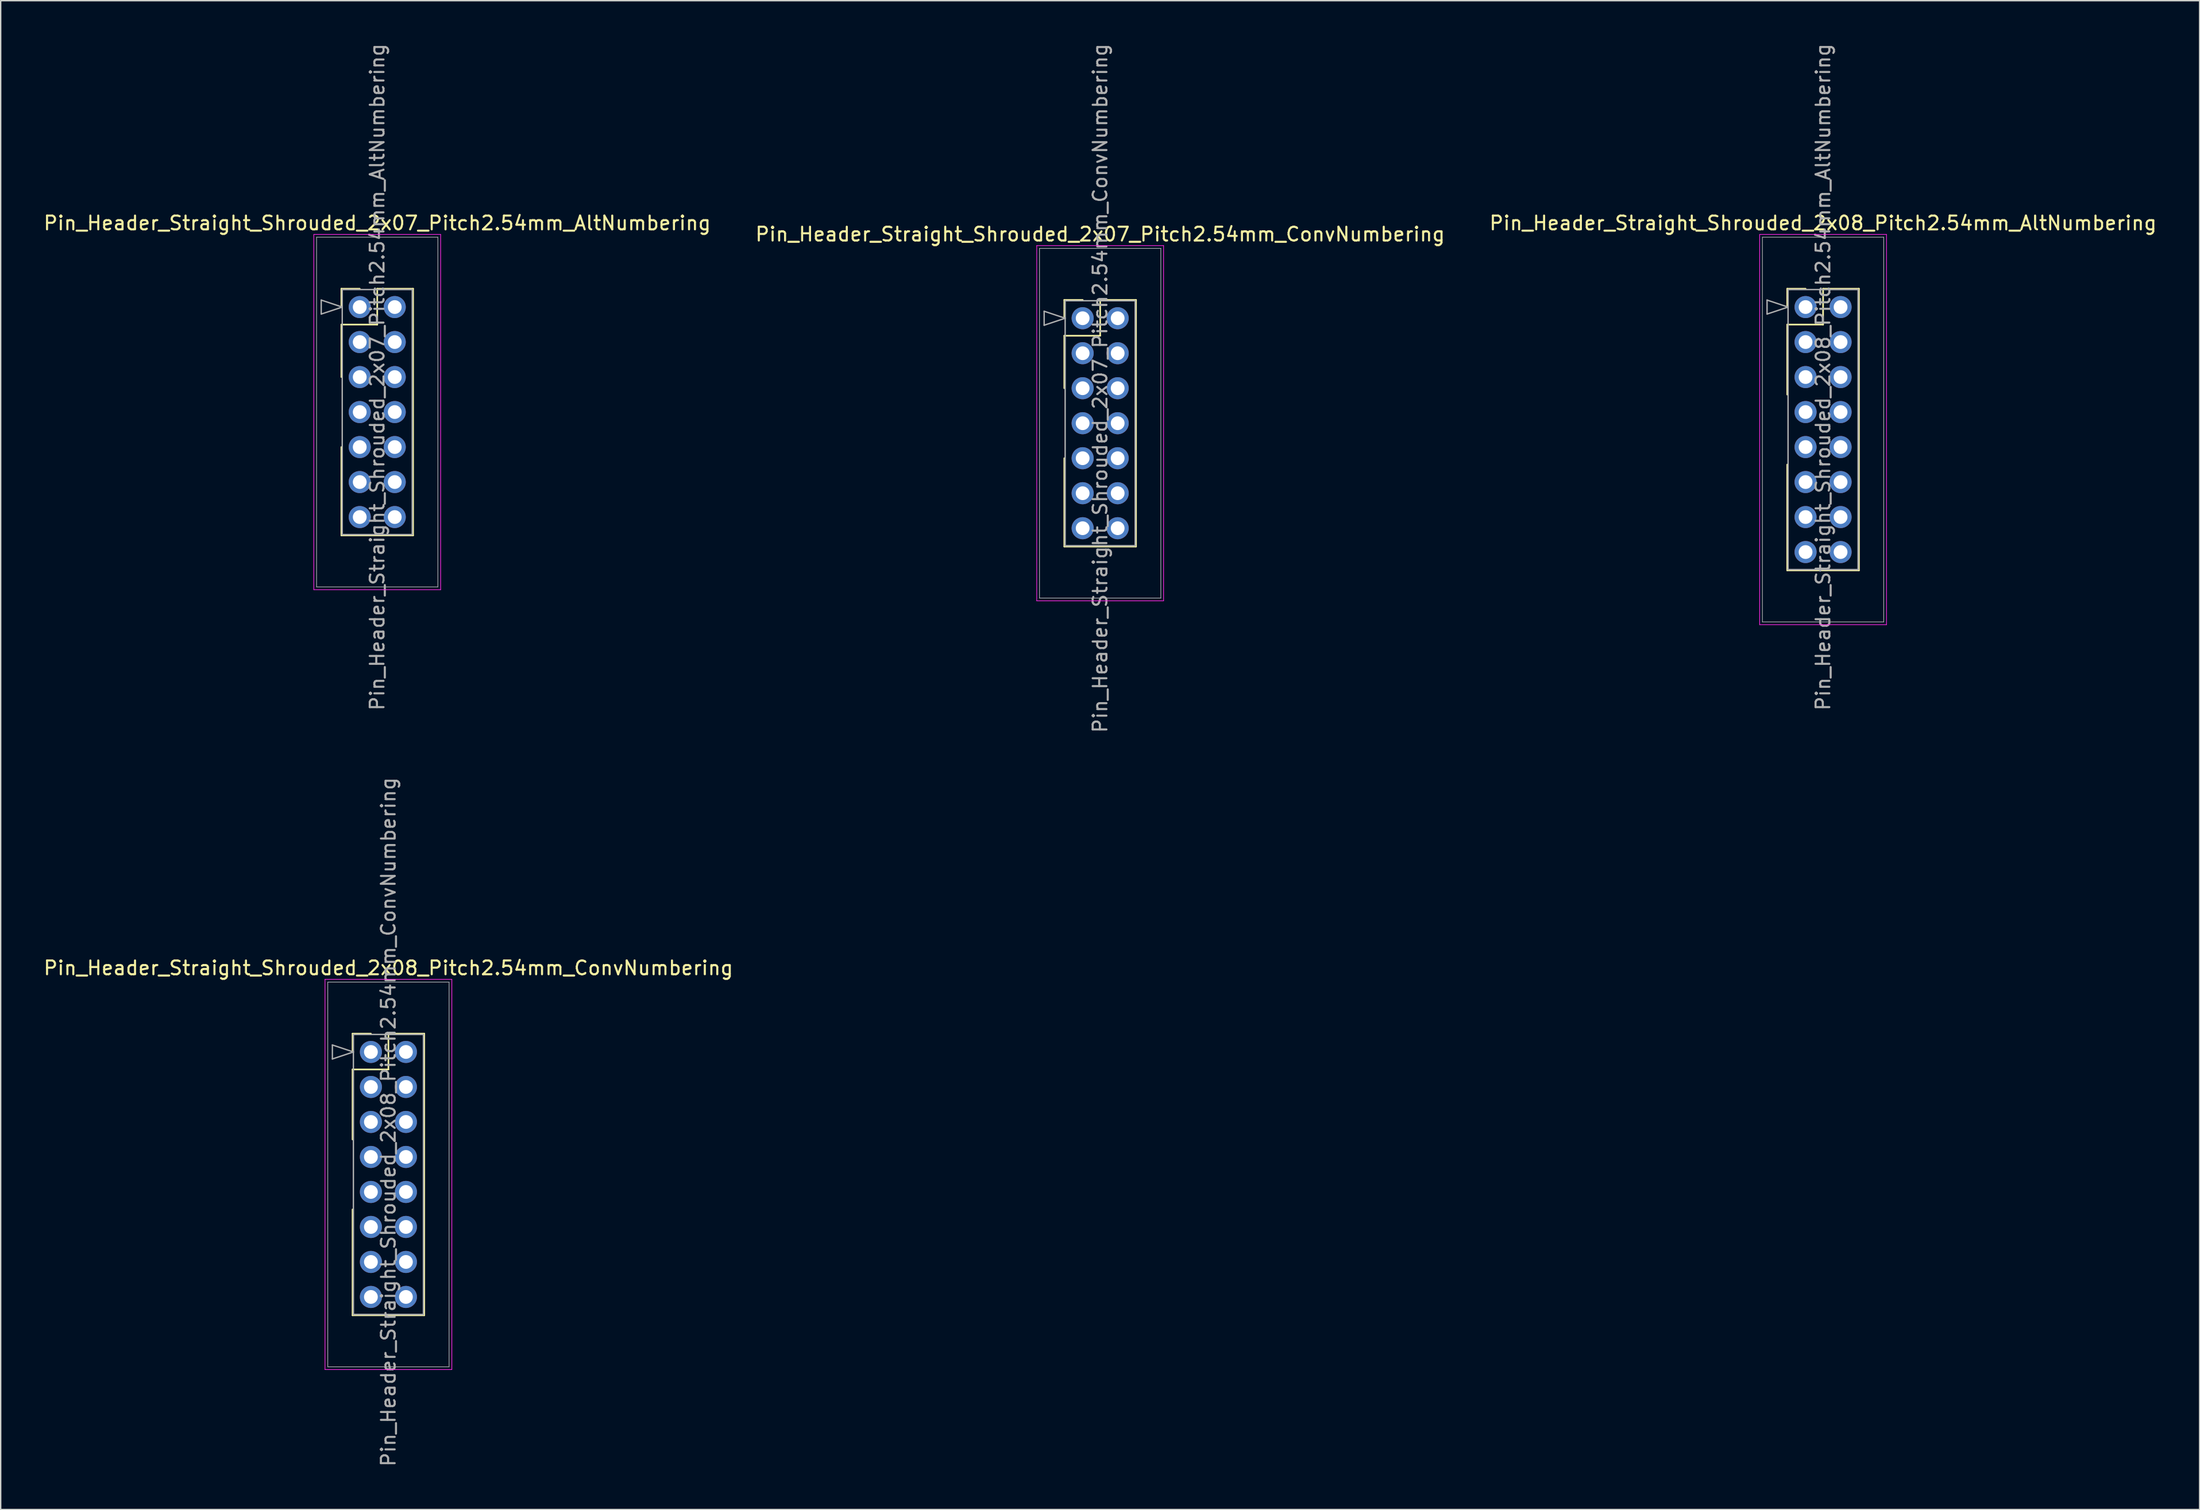
<source format=kicad_pcb>
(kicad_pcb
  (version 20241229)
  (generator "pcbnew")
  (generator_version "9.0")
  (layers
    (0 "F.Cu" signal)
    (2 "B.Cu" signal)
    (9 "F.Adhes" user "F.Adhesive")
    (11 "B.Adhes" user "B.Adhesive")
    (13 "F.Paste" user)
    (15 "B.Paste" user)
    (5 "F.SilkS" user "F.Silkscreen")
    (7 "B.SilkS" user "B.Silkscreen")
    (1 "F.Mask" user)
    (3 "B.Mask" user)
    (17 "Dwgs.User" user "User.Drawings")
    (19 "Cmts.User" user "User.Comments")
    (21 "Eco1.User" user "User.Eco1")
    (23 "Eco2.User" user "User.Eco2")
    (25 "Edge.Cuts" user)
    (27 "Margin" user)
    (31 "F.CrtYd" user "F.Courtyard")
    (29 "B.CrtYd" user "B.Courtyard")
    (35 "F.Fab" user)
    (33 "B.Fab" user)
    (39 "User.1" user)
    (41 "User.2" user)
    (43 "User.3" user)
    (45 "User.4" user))
  (footprint "Pin_Header_Straight_Shrouded_2x07_Pitch2.54mm_ConvNumbering"
    (layer "F.Cu")
    (at 75.486 20.045)
    (property "Reference" "Pin_Header_Straight_Shrouded_2x07_Pitch2.54mm_ConvNumbering" (at 1.27 -6.096 0) (layer "F.SilkS") (effects (font (size 1 1) (thickness 0.15))))
    (attr through_hole)
    (fp_line (start -1.33 -1.33) (end 0 -1.33) (stroke (width 0.12) (type solid)) (layer "F.SilkS"))
    (fp_line (start -1.33 0) (end -1.33 -1.33) (stroke (width 0.12) (type solid)) (layer "F.SilkS"))
    (fp_line (start -1.33 1.27) (end -1.33 5.08) (stroke (width 0.12) (type solid)) (layer "F.SilkS"))
    (fp_line (start -1.33 1.27) (end 1.27 1.27) (stroke (width 0.12) (type solid)) (layer "F.SilkS"))
    (fp_line (start -1.33 10.16) (end -1.33 16.57) (stroke (width 0.12) (type solid)) (layer "F.SilkS"))
    (fp_line (start -1.33 16.57) (end 3.87 16.57) (stroke (width 0.12) (type solid)) (layer "F.SilkS"))
    (fp_line (start 1.27 -1.33) (end 3.87 -1.33) (stroke (width 0.12) (type solid)) (layer "F.SilkS"))
    (fp_line (start 1.27 1.27) (end 1.27 -1.33) (stroke (width 0.12) (type solid)) (layer "F.SilkS"))
    (fp_line (start 3.87 -1.33) (end 3.87 16.57) (stroke (width 0.12) (type solid)) (layer "F.SilkS"))
    (fp_line (start -3.33 -5.27) (end -3.33 20.51) (stroke (width 0.05) (type solid)) (layer "F.CrtYd"))
    (fp_line (start -3.33 20.51) (end 5.87 20.51) (stroke (width 0.05) (type solid)) (layer "F.CrtYd"))
    (fp_line (start 5.87 -5.27) (end -3.33 -5.27) (stroke (width 0.05) (type solid)) (layer "F.CrtYd"))
    (fp_line (start 5.87 20.51) (end 5.87 -5.27) (stroke (width 0.05) (type solid)) (layer "F.CrtYd"))
    (fp_line (start -3.13 -5.07) (end -3.13 20.31) (stroke (width 0.05) (type solid)) (layer "F.Fab"))
    (fp_line (start -3.13 20.31) (end 5.67 20.31) (stroke (width 0.05) (type solid)) (layer "F.Fab"))
    (fp_line (start -2.794 -0.508) (end -1.27 0) (stroke (width 0.1) (type solid)) (layer "F.Fab"))
    (fp_line (start -2.794 0.508) (end -2.794 -0.508) (stroke (width 0.1) (type solid)) (layer "F.Fab"))
    (fp_line (start -1.27 -1.27) (end -1.27 16.51) (stroke (width 0.1) (type solid)) (layer "F.Fab"))
    (fp_line (start -1.27 0) (end -2.794 0.508) (stroke (width 0.1) (type solid)) (layer "F.Fab"))
    (fp_line (start -1.27 16.51) (end 3.81 16.51) (stroke (width 0.1) (type solid)) (layer "F.Fab"))
    (fp_line (start 3.81 -1.27) (end -1.27 -1.27) (stroke (width 0.1) (type solid)) (layer "F.Fab"))
    (fp_line (start 3.81 16.51) (end 3.81 -1.27) (stroke (width 0.1) (type solid)) (layer "F.Fab"))
    (fp_line (start 5.67 -5.07) (end -3.13 -5.07) (stroke (width 0.05) (type solid)) (layer "F.Fab"))
    (fp_line (start 5.67 20.31) (end 5.67 -5.07) (stroke (width 0.05) (type solid)) (layer "F.Fab"))
    (fp_text user "${REFERENCE}" (at 1.27 5.08 90) (layer "F.Fab") (effects (font (size 1 1) (thickness 0.15))))
    (pad "1" thru_hole oval (at 0 0) (size 1.6 1.6) (drill 1) (layers "*.Cu" "*.Mask"))
    (pad "2" thru_hole oval (at 2.54 0) (size 1.6 1.6) (drill 1) (layers "*.Cu" "*.Mask"))
    (pad "3" thru_hole oval (at 0 2.54) (size 1.6 1.6) (drill 1) (layers "*.Cu" "*.Mask"))
    (pad "4" thru_hole oval (at 2.54 2.54) (size 1.6 1.6) (drill 1) (layers "*.Cu" "*.Mask"))
    (pad "5" thru_hole oval (at 0 5.08) (size 1.6 1.6) (drill 1) (layers "*.Cu" "*.Mask"))
    (pad "6" thru_hole oval (at 2.54 5.08) (size 1.6 1.6) (drill 1) (layers "*.Cu" "*.Mask"))
    (pad "7" thru_hole oval (at 0 7.62) (size 1.6 1.6) (drill 1) (layers "*.Cu" "*.Mask"))
    (pad "8" thru_hole oval (at 2.54 7.62) (size 1.6 1.6) (drill 1) (layers "*.Cu" "*.Mask"))
    (pad "9" thru_hole oval (at 0 10.16) (size 1.6 1.6) (drill 1) (layers "*.Cu" "*.Mask"))
    (pad "10" thru_hole oval (at 2.54 10.16) (size 1.6 1.6) (drill 1) (layers "*.Cu" "*.Mask"))
    (pad "11" thru_hole oval (at 0 12.7) (size 1.6 1.6) (drill 1) (layers "*.Cu" "*.Mask"))
    (pad "12" thru_hole oval (at 2.54 12.7) (size 1.6 1.6) (drill 1) (layers "*.Cu" "*.Mask"))
    (pad "13" thru_hole oval (at 0 15.24) (size 1.6 1.6) (drill 1) (layers "*.Cu" "*.Mask"))
    (pad "14" thru_hole oval (at 2.54 15.24) (size 1.6 1.6) (drill 1) (layers "*.Cu" "*.Mask")))
  (footprint "Pin_Header_Straight_Shrouded_2x08_Pitch2.54mm_ConvNumbering"
    (layer "F.Cu")
    (at 23.855 73.295)
    (property "Reference" "Pin_Header_Straight_Shrouded_2x08_Pitch2.54mm_ConvNumbering" (at 1.27 -6.096 0) (layer "F.SilkS") (effects (font (size 1 1) (thickness 0.15))))
    (attr through_hole)
    (fp_line (start -1.33 -1.33) (end 0 -1.33) (stroke (width 0.12) (type solid)) (layer "F.SilkS"))
    (fp_line (start -1.33 0) (end -1.33 -1.33) (stroke (width 0.12) (type solid)) (layer "F.SilkS"))
    (fp_line (start -1.33 1.27) (end -1.33 6.35) (stroke (width 0.12) (type solid)) (layer "F.SilkS"))
    (fp_line (start -1.33 1.27) (end 1.27 1.27) (stroke (width 0.12) (type solid)) (layer "F.SilkS"))
    (fp_line (start -1.33 11.43) (end -1.33 19.11) (stroke (width 0.12) (type solid)) (layer "F.SilkS"))
    (fp_line (start -1.33 19.11) (end 3.87 19.11) (stroke (width 0.12) (type solid)) (layer "F.SilkS"))
    (fp_line (start 1.27 -1.33) (end 3.87 -1.33) (stroke (width 0.12) (type solid)) (layer "F.SilkS"))
    (fp_line (start 1.27 1.27) (end 1.27 -1.33) (stroke (width 0.12) (type solid)) (layer "F.SilkS"))
    (fp_line (start 3.87 -1.33) (end 3.87 19.11) (stroke (width 0.12) (type solid)) (layer "F.SilkS"))
    (fp_line (start -3.33 -5.27) (end -3.33 23.05) (stroke (width 0.05) (type solid)) (layer "F.CrtYd"))
    (fp_line (start -3.33 23.05) (end 5.87 23.05) (stroke (width 0.05) (type solid)) (layer "F.CrtYd"))
    (fp_line (start 5.87 -5.27) (end -3.33 -5.27) (stroke (width 0.05) (type solid)) (layer "F.CrtYd"))
    (fp_line (start 5.87 23.05) (end 5.87 -5.27) (stroke (width 0.05) (type solid)) (layer "F.CrtYd"))
    (fp_line (start -3.13 -5.07) (end -3.13 22.85) (stroke (width 0.05) (type solid)) (layer "F.Fab"))
    (fp_line (start -3.13 22.85) (end 5.67 22.85) (stroke (width 0.05) (type solid)) (layer "F.Fab"))
    (fp_line (start -2.794 -0.508) (end -1.27 0) (stroke (width 0.1) (type solid)) (layer "F.Fab"))
    (fp_line (start -2.794 0.508) (end -2.794 -0.508) (stroke (width 0.1) (type solid)) (layer "F.Fab"))
    (fp_line (start -1.27 -1.27) (end -1.27 19.05) (stroke (width 0.1) (type solid)) (layer "F.Fab"))
    (fp_line (start -1.27 0) (end -2.794 0.508) (stroke (width 0.1) (type solid)) (layer "F.Fab"))
    (fp_line (start -1.27 19.05) (end 3.81 19.05) (stroke (width 0.1) (type solid)) (layer "F.Fab"))
    (fp_line (start 3.81 -1.27) (end -1.27 -1.27) (stroke (width 0.1) (type solid)) (layer "F.Fab"))
    (fp_line (start 3.81 19.05) (end 3.81 -1.27) (stroke (width 0.1) (type solid)) (layer "F.Fab"))
    (fp_line (start 5.67 -5.07) (end -3.13 -5.07) (stroke (width 0.05) (type solid)) (layer "F.Fab"))
    (fp_line (start 5.67 22.85) (end 5.67 -5.07) (stroke (width 0.05) (type solid)) (layer "F.Fab"))
    (fp_text user "${REFERENCE}" (at 1.27 5.08 90) (layer "F.Fab") (effects (font (size 1 1) (thickness 0.15))))
    (pad "1" thru_hole oval (at 0 0) (size 1.6 1.6) (drill 1) (layers "*.Cu" "*.Mask"))
    (pad "2" thru_hole oval (at 2.54 0) (size 1.6 1.6) (drill 1) (layers "*.Cu" "*.Mask"))
    (pad "3" thru_hole oval (at 0 2.54) (size 1.6 1.6) (drill 1) (layers "*.Cu" "*.Mask"))
    (pad "4" thru_hole oval (at 2.54 2.54) (size 1.6 1.6) (drill 1) (layers "*.Cu" "*.Mask"))
    (pad "5" thru_hole oval (at 0 5.08) (size 1.6 1.6) (drill 1) (layers "*.Cu" "*.Mask"))
    (pad "6" thru_hole oval (at 2.54 5.08) (size 1.6 1.6) (drill 1) (layers "*.Cu" "*.Mask"))
    (pad "7" thru_hole oval (at 0 7.62) (size 1.6 1.6) (drill 1) (layers "*.Cu" "*.Mask"))
    (pad "8" thru_hole oval (at 2.54 7.62) (size 1.6 1.6) (drill 1) (layers "*.Cu" "*.Mask"))
    (pad "9" thru_hole oval (at 0 10.16) (size 1.6 1.6) (drill 1) (layers "*.Cu" "*.Mask"))
    (pad "10" thru_hole oval (at 2.54 10.16) (size 1.6 1.6) (drill 1) (layers "*.Cu" "*.Mask"))
    (pad "11" thru_hole oval (at 0 12.7) (size 1.6 1.6) (drill 1) (layers "*.Cu" "*.Mask"))
    (pad "12" thru_hole oval (at 2.54 12.7) (size 1.6 1.6) (drill 1) (layers "*.Cu" "*.Mask"))
    (pad "13" thru_hole oval (at 0 15.24) (size 1.6 1.6) (drill 1) (layers "*.Cu" "*.Mask"))
    (pad "14" thru_hole oval (at 2.54 15.24) (size 1.6 1.6) (drill 1) (layers "*.Cu" "*.Mask"))
    (pad "15" thru_hole oval (at 0 17.78) (size 1.6 1.6) (drill 1) (layers "*.Cu" "*.Mask"))
    (pad "16" thru_hole oval (at 2.54 17.78) (size 1.6 1.6) (drill 1) (layers "*.Cu" "*.Mask")))
  (footprint "Pin_Header_Straight_Shrouded_2x08_Pitch2.54mm_AltNumbering"
    (layer "F.Cu")
    (at 127.926 19.235)
    (property "Reference" "Pin_Header_Straight_Shrouded_2x08_Pitch2.54mm_AltNumbering" (at 1.27 -6.096 0) (layer "F.SilkS") (effects (font (size 1 1) (thickness 0.15))))
    (attr through_hole)
    (fp_line (start -1.33 -1.33) (end 0 -1.33) (stroke (width 0.12) (type solid)) (layer "F.SilkS"))
    (fp_line (start -1.33 0) (end -1.33 -1.33) (stroke (width 0.12) (type solid)) (layer "F.SilkS"))
    (fp_line (start -1.33 1.27) (end -1.33 6.35) (stroke (width 0.12) (type solid)) (layer "F.SilkS"))
    (fp_line (start -1.33 1.27) (end 1.27 1.27) (stroke (width 0.12) (type solid)) (layer "F.SilkS"))
    (fp_line (start -1.33 11.43) (end -1.33 19.11) (stroke (width 0.12) (type solid)) (layer "F.SilkS"))
    (fp_line (start -1.33 19.11) (end 3.87 19.11) (stroke (width 0.12) (type solid)) (layer "F.SilkS"))
    (fp_line (start 1.27 -1.33) (end 3.87 -1.33) (stroke (width 0.12) (type solid)) (layer "F.SilkS"))
    (fp_line (start 1.27 1.27) (end 1.27 -1.33) (stroke (width 0.12) (type solid)) (layer "F.SilkS"))
    (fp_line (start 3.87 -1.33) (end 3.87 19.11) (stroke (width 0.12) (type solid)) (layer "F.SilkS"))
    (fp_line (start -3.33 -5.27) (end -3.33 23.05) (stroke (width 0.05) (type solid)) (layer "F.CrtYd"))
    (fp_line (start -3.33 23.05) (end 5.87 23.05) (stroke (width 0.05) (type solid)) (layer "F.CrtYd"))
    (fp_line (start 5.87 -5.27) (end -3.33 -5.27) (stroke (width 0.05) (type solid)) (layer "F.CrtYd"))
    (fp_line (start 5.87 23.05) (end 5.87 -5.27) (stroke (width 0.05) (type solid)) (layer "F.CrtYd"))
    (fp_line (start -3.13 -5.07) (end -3.13 22.85) (stroke (width 0.05) (type solid)) (layer "F.Fab"))
    (fp_line (start -3.13 22.85) (end 5.67 22.85) (stroke (width 0.05) (type solid)) (layer "F.Fab"))
    (fp_line (start -2.794 -0.508) (end -1.27 0) (stroke (width 0.1) (type solid)) (layer "F.Fab"))
    (fp_line (start -2.794 0.508) (end -2.794 -0.508) (stroke (width 0.1) (type solid)) (layer "F.Fab"))
    (fp_line (start -1.27 -1.27) (end -1.27 19.05) (stroke (width 0.1) (type solid)) (layer "F.Fab"))
    (fp_line (start -1.27 0) (end -2.794 0.508) (stroke (width 0.1) (type solid)) (layer "F.Fab"))
    (fp_line (start -1.27 19.05) (end 3.81 19.05) (stroke (width 0.1) (type solid)) (layer "F.Fab"))
    (fp_line (start 3.81 -1.27) (end -1.27 -1.27) (stroke (width 0.1) (type solid)) (layer "F.Fab"))
    (fp_line (start 3.81 19.05) (end 3.81 -1.27) (stroke (width 0.1) (type solid)) (layer "F.Fab"))
    (fp_line (start 5.67 -5.07) (end -3.13 -5.07) (stroke (width 0.05) (type solid)) (layer "F.Fab"))
    (fp_line (start 5.67 22.85) (end 5.67 -5.07) (stroke (width 0.05) (type solid)) (layer "F.Fab"))
    (fp_text user "${REFERENCE}" (at 1.27 5.08 90) (layer "F.Fab") (effects (font (size 1 1) (thickness 0.15))))
    (pad "1" thru_hole oval (at 0 0) (size 1.6 1.6) (drill 1) (layers "*.Cu" "*.Mask"))
    (pad "2" thru_hole oval (at 0 2.54) (size 1.6 1.6) (drill 1) (layers "*.Cu" "*.Mask"))
    (pad "3" thru_hole oval (at 0 5.08) (size 1.6 1.6) (drill 1) (layers "*.Cu" "*.Mask"))
    (pad "4" thru_hole oval (at 0 7.62) (size 1.6 1.6) (drill 1) (layers "*.Cu" "*.Mask"))
    (pad "5" thru_hole oval (at 0 10.16) (size 1.6 1.6) (drill 1) (layers "*.Cu" "*.Mask"))
    (pad "6" thru_hole oval (at 0 12.7) (size 1.6 1.6) (drill 1) (layers "*.Cu" "*.Mask"))
    (pad "7" thru_hole oval (at 0 15.24) (size 1.6 1.6) (drill 1) (layers "*.Cu" "*.Mask"))
    (pad "8" thru_hole oval (at 0 17.78) (size 1.6 1.6) (drill 1) (layers "*.Cu" "*.Mask"))
    (pad "9" thru_hole oval (at 2.54 0) (size 1.6 1.6) (drill 1) (layers "*.Cu" "*.Mask"))
    (pad "10" thru_hole oval (at 2.54 2.54) (size 1.6 1.6) (drill 1) (layers "*.Cu" "*.Mask"))
    (pad "11" thru_hole oval (at 2.54 5.08) (size 1.6 1.6) (drill 1) (layers "*.Cu" "*.Mask"))
    (pad "12" thru_hole oval (at 2.54 7.62) (size 1.6 1.6) (drill 1) (layers "*.Cu" "*.Mask"))
    (pad "13" thru_hole oval (at 2.54 10.16) (size 1.6 1.6) (drill 1) (layers "*.Cu" "*.Mask"))
    (pad "14" thru_hole oval (at 2.54 12.7) (size 1.6 1.6) (drill 1) (layers "*.Cu" "*.Mask"))
    (pad "15" thru_hole oval (at 2.54 15.24) (size 1.6 1.6) (drill 1) (layers "*.Cu" "*.Mask"))
    (pad "16" thru_hole oval (at 2.54 17.78) (size 1.6 1.6) (drill 1) (layers "*.Cu" "*.Mask")))
  (footprint "Pin_Header_Straight_Shrouded_2x07_Pitch2.54mm_AltNumbering"
    (layer "F.Cu")
    (at 23.045 19.235)
    (property "Reference" "Pin_Header_Straight_Shrouded_2x07_Pitch2.54mm_AltNumbering" (at 1.27 -6.096 0) (layer "F.SilkS") (effects (font (size 1 1) (thickness 0.15))))
    (attr through_hole)
    (fp_line (start -1.33 -1.33) (end 0 -1.33) (stroke (width 0.12) (type solid)) (layer "F.SilkS"))
    (fp_line (start -1.33 0) (end -1.33 -1.33) (stroke (width 0.12) (type solid)) (layer "F.SilkS"))
    (fp_line (start -1.33 1.27) (end -1.33 5.08) (stroke (width 0.12) (type solid)) (layer "F.SilkS"))
    (fp_line (start -1.33 1.27) (end 1.27 1.27) (stroke (width 0.12) (type solid)) (layer "F.SilkS"))
    (fp_line (start -1.33 10.16) (end -1.33 16.57) (stroke (width 0.12) (type solid)) (layer "F.SilkS"))
    (fp_line (start -1.33 16.57) (end 3.87 16.57) (stroke (width 0.12) (type solid)) (layer "F.SilkS"))
    (fp_line (start 1.27 -1.33) (end 3.87 -1.33) (stroke (width 0.12) (type solid)) (layer "F.SilkS"))
    (fp_line (start 1.27 1.27) (end 1.27 -1.33) (stroke (width 0.12) (type solid)) (layer "F.SilkS"))
    (fp_line (start 3.87 -1.33) (end 3.87 16.57) (stroke (width 0.12) (type solid)) (layer "F.SilkS"))
    (fp_line (start -3.33 -5.27) (end -3.33 20.51) (stroke (width 0.05) (type solid)) (layer "F.CrtYd"))
    (fp_line (start -3.33 20.51) (end 5.87 20.51) (stroke (width 0.05) (type solid)) (layer "F.CrtYd"))
    (fp_line (start 5.87 -5.27) (end -3.33 -5.27) (stroke (width 0.05) (type solid)) (layer "F.CrtYd"))
    (fp_line (start 5.87 20.51) (end 5.87 -5.27) (stroke (width 0.05) (type solid)) (layer "F.CrtYd"))
    (fp_line (start -3.13 -5.07) (end -3.13 20.31) (stroke (width 0.05) (type solid)) (layer "F.Fab"))
    (fp_line (start -3.13 20.31) (end 5.67 20.31) (stroke (width 0.05) (type solid)) (layer "F.Fab"))
    (fp_line (start -2.794 -0.508) (end -1.27 0) (stroke (width 0.1) (type solid)) (layer "F.Fab"))
    (fp_line (start -2.794 0.508) (end -2.794 -0.508) (stroke (width 0.1) (type solid)) (layer "F.Fab"))
    (fp_line (start -1.27 -1.27) (end -1.27 16.51) (stroke (width 0.1) (type solid)) (layer "F.Fab"))
    (fp_line (start -1.27 0) (end -2.794 0.508) (stroke (width 0.1) (type solid)) (layer "F.Fab"))
    (fp_line (start -1.27 16.51) (end 3.81 16.51) (stroke (width 0.1) (type solid)) (layer "F.Fab"))
    (fp_line (start 3.81 -1.27) (end -1.27 -1.27) (stroke (width 0.1) (type solid)) (layer "F.Fab"))
    (fp_line (start 3.81 16.51) (end 3.81 -1.27) (stroke (width 0.1) (type solid)) (layer "F.Fab"))
    (fp_line (start 5.67 -5.07) (end -3.13 -5.07) (stroke (width 0.05) (type solid)) (layer "F.Fab"))
    (fp_line (start 5.67 20.31) (end 5.67 -5.07) (stroke (width 0.05) (type solid)) (layer "F.Fab"))
    (fp_text user "${REFERENCE}" (at 1.27 5.08 90) (layer "F.Fab") (effects (font (size 1 1) (thickness 0.15))))
    (pad "1" thru_hole oval (at 0 0) (size 1.6 1.6) (drill 1) (layers "*.Cu" "*.Mask"))
    (pad "2" thru_hole oval (at 0 2.54) (size 1.6 1.6) (drill 1) (layers "*.Cu" "*.Mask"))
    (pad "3" thru_hole oval (at 0 5.08) (size 1.6 1.6) (drill 1) (layers "*.Cu" "*.Mask"))
    (pad "4" thru_hole oval (at 0 7.62) (size 1.6 1.6) (drill 1) (layers "*.Cu" "*.Mask"))
    (pad "5" thru_hole oval (at 0 10.16) (size 1.6 1.6) (drill 1) (layers "*.Cu" "*.Mask"))
    (pad "6" thru_hole oval (at 0 12.7) (size 1.6 1.6) (drill 1) (layers "*.Cu" "*.Mask"))
    (pad "7" thru_hole oval (at 0 15.24) (size 1.6 1.6) (drill 1) (layers "*.Cu" "*.Mask"))
    (pad "8" thru_hole oval (at 2.54 0) (size 1.6 1.6) (drill 1) (layers "*.Cu" "*.Mask"))
    (pad "9" thru_hole oval (at 2.54 2.54) (size 1.6 1.6) (drill 1) (layers "*.Cu" "*.Mask"))
    (pad "10" thru_hole oval (at 2.54 5.08) (size 1.6 1.6) (drill 1) (layers "*.Cu" "*.Mask"))
    (pad "11" thru_hole oval (at 2.54 7.62) (size 1.6 1.6) (drill 1) (layers "*.Cu" "*.Mask"))
    (pad "12" thru_hole oval (at 2.54 10.16) (size 1.6 1.6) (drill 1) (layers "*.Cu" "*.Mask"))
    (pad "13" thru_hole oval (at 2.54 12.7) (size 1.6 1.6) (drill 1) (layers "*.Cu" "*.Mask"))
    (pad "14" thru_hole oval (at 2.54 15.24) (size 1.6 1.6) (drill 1) (layers "*.Cu" "*.Mask")))
  (gr_rect
    (start -3 -3)
    (end 156.512 106.5)
    (stroke (width 0.1) (type default))
    (fill no)
    (layer "Edge.Cuts")))
</source>
